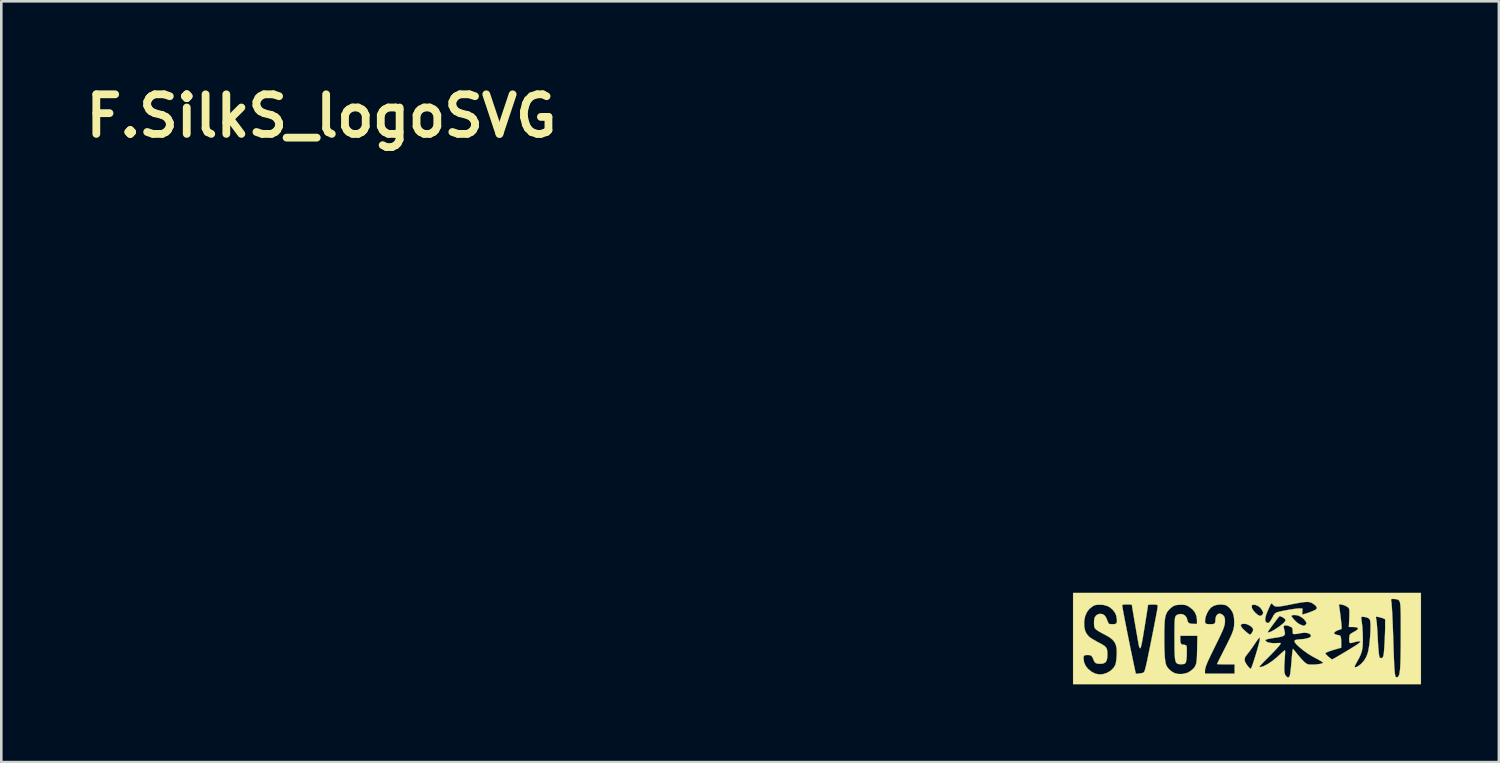
<source format=kicad_pcb>
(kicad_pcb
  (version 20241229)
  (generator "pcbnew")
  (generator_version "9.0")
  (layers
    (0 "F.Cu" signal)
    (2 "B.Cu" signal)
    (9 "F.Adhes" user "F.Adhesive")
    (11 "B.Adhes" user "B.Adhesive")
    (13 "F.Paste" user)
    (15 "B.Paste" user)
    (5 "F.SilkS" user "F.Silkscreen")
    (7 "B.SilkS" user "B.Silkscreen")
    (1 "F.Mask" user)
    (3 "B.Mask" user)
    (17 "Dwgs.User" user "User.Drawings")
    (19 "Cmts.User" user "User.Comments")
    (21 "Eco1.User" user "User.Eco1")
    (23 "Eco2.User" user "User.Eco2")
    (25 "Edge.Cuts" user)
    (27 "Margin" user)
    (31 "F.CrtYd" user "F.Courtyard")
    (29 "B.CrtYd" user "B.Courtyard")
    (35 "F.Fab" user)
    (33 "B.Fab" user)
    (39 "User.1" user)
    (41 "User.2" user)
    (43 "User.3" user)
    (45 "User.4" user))
  (footprint "F.SilkS_logoSVG"
    (layer "F.Cu")
    (at 9.333 1.418)
    (property "Reference" "F.SilkS_logoSVG" (at 0 0 0) (layer "F.SilkS") (effects (font (size 1.524 1.524) (thickness 0.3))))
    (attr through_hole)
    (fp_poly (pts (xy 42.355 21.886) (xy 28.956 21.886) (xy 28.956 20.89) (xy 29.358 20.89) (xy 29.378 21.042) (xy 29.438 21.18) (xy 29.526 21.292) (xy 29.662 21.407) (xy 29.805 21.481) (xy 29.953 21.513) (xy 30.107 21.503) (xy 30.258 21.454) (xy 30.399 21.373) (xy 30.506 21.27) (xy 30.555 21.198) (xy 30.581 21.148) (xy 30.599 21.09) (xy 30.613 21.015) (xy 30.625 20.911) (xy 30.63 20.864) (xy 30.64 20.671) (xy 30.633 20.512) (xy 30.605 20.38) (xy 30.554 20.27) (xy 30.475 20.175) (xy 30.367 20.088) (xy 30.226 20.005) (xy 30.194 19.989) (xy 30.05 19.913) (xy 29.941 19.851) (xy 29.863 19.799) (xy 29.812 19.755) (xy 29.785 19.716) (xy 29.785 19.716) (xy 29.769 19.652) (xy 29.762 19.563) (xy 29.763 19.466) (xy 29.774 19.376) (xy 29.79 19.315) (xy 29.842 19.242) (xy 29.917 19.195) (xy 30.004 19.178) (xy 30.092 19.192) (xy 30.159 19.231) (xy 30.216 19.302) (xy 30.265 19.41) (xy 30.268 19.419) (xy 30.295 19.49) (xy 30.323 19.543) (xy 30.345 19.567) (xy 30.384 19.574) (xy 30.448 19.578) (xy 30.492 19.579) (xy 30.571 19.572) (xy 30.62 19.548) (xy 30.643 19.5) (xy 30.645 19.421) (xy 30.641 19.373) (xy 30.617 19.246) (xy 30.573 19.142) (xy 30.501 19.044) (xy 30.481 19.022) (xy 30.376 18.929) (xy 30.257 18.868) (xy 30.183 18.85) (xy 30.847 18.85) (xy 30.849 18.875) (xy 30.859 18.938) (xy 30.876 19.033) (xy 30.899 19.157) (xy 30.927 19.306) (xy 30.96 19.475) (xy 30.997 19.661) (xy 31.036 19.859) (xy 31.077 20.065) (xy 31.119 20.274) (xy 31.161 20.483) (xy 31.203 20.687) (xy 31.244 20.883) (xy 31.282 21.065) (xy 31.317 21.23) (xy 31.342 21.344) (xy 31.374 21.49) (xy 31.513 21.477) (xy 31.617 21.46) (xy 31.679 21.434) (xy 31.688 21.426) (xy 31.706 21.391) (xy 31.729 21.319) (xy 31.757 21.215) (xy 31.787 21.084) (xy 31.8 21.026) (xy 31.834 20.865) (xy 31.87 20.686) (xy 31.909 20.495) (xy 31.95 20.296) (xy 31.99 20.094) (xy 31.993 20.078) (xy 32.469 20.078) (xy 32.471 20.339) (xy 32.475 20.56) (xy 32.483 20.745) (xy 32.494 20.897) (xy 32.509 21.017) (xy 32.528 21.11) (xy 32.546 21.166) (xy 32.596 21.249) (xy 32.673 21.333) (xy 32.767 21.408) (xy 32.864 21.461) (xy 32.886 21.47) (xy 33.017 21.497) (xy 33.16 21.497) (xy 33.299 21.472) (xy 33.39 21.436) (xy 33.463 21.391) (xy 34.036 21.391) (xy 34.036 21.484) (xy 35.179 21.484) (xy 35.179 21.124) (xy 34.84 21.124) (xy 34.726 21.124) (xy 34.628 21.122) (xy 34.554 21.119) (xy 34.51 21.115) (xy 34.502 21.112) (xy 34.511 21.091) (xy 34.537 21.037) (xy 34.578 20.954) (xy 34.586 20.937) (xy 35.564 20.937) (xy 35.576 21.008) (xy 35.578 21.017) (xy 35.601 21.067) (xy 35.64 21.128) (xy 35.686 21.192) (xy 35.733 21.247) (xy 35.773 21.284) (xy 35.792 21.294) (xy 35.814 21.277) (xy 35.825 21.257) (xy 35.841 21.213) (xy 36.132 21.213) (xy 36.149 21.229) (xy 36.197 21.226) (xy 36.268 21.205) (xy 36.311 21.188) (xy 36.468 21.106) (xy 36.638 20.99) (xy 36.816 20.844) (xy 36.904 20.764) (xy 36.98 20.693) (xy 37.045 20.636) (xy 37.093 20.597) (xy 37.118 20.581) (xy 37.12 20.582) (xy 37.122 20.606) (xy 37.122 20.665) (xy 37.119 20.752) (xy 37.113 20.861) (xy 37.106 20.964) (xy 37.096 21.135) (xy 37.091 21.269) (xy 37.093 21.372) (xy 37.102 21.45) (xy 37.117 21.509) (xy 37.141 21.553) (xy 37.163 21.579) (xy 37.205 21.618) (xy 37.233 21.63) (xy 37.261 21.62) (xy 37.271 21.614) (xy 37.287 21.597) (xy 37.302 21.565) (xy 37.315 21.514) (xy 37.327 21.44) (xy 37.34 21.337) (xy 37.352 21.212) (xy 39.803 21.212) (xy 39.803 21.228) (xy 39.832 21.239) (xy 39.884 21.223) (xy 39.952 21.184) (xy 40.029 21.125) (xy 40.048 21.109) (xy 40.165 20.983) (xy 40.251 20.837) (xy 40.302 20.704) (xy 40.327 20.605) (xy 40.35 20.482) (xy 40.37 20.34) (xy 40.387 20.187) (xy 40.4 20.03) (xy 40.41 19.875) (xy 40.414 19.731) (xy 40.414 19.603) (xy 40.408 19.499) (xy 40.397 19.427) (xy 40.388 19.404) (xy 40.348 19.356) (xy 40.304 19.328) (xy 40.261 19.316) (xy 40.623 19.316) (xy 40.63 19.368) (xy 40.638 19.411) (xy 40.647 19.466) (xy 40.656 19.555) (xy 40.665 19.67) (xy 40.675 19.8) (xy 40.683 19.94) (xy 40.684 19.958) (xy 40.696 20.198) (xy 40.708 20.398) (xy 40.72 20.559) (xy 40.732 20.685) (xy 40.744 20.775) (xy 40.756 20.834) (xy 40.768 20.861) (xy 40.812 20.889) (xy 40.861 20.876) (xy 40.879 20.861) (xy 40.9 20.823) (xy 40.917 20.761) (xy 40.923 20.729) (xy 40.932 20.646) (xy 40.941 20.531) (xy 40.95 20.391) (xy 40.958 20.237) (xy 40.966 20.078) (xy 40.972 19.923) (xy 40.977 19.78) (xy 40.978 19.661) (xy 40.978 19.649) (xy 40.979 19.39) (xy 40.92 19.36) (xy 40.872 19.341) (xy 40.806 19.321) (xy 40.735 19.304) (xy 40.673 19.292) (xy 40.632 19.289) (xy 40.624 19.292) (xy 40.623 19.316) (xy 40.261 19.316) (xy 40.239 19.309) (xy 40.169 19.297) (xy 40.107 19.292) (xy 40.067 19.296) (xy 40.059 19.302) (xy 40.058 19.329) (xy 40.062 19.389) (xy 40.072 19.471) (xy 40.082 19.54) (xy 40.097 19.665) (xy 40.108 19.819) (xy 40.116 19.987) (xy 40.118 20.108) (xy 40.117 20.28) (xy 40.11 20.421) (xy 40.096 20.541) (xy 40.07 20.65) (xy 40.032 20.758) (xy 39.977 20.875) (xy 39.903 21.012) (xy 39.848 21.108) (xy 39.818 21.167) (xy 39.803 21.212) (xy 37.352 21.212) (xy 37.353 21.203) (xy 37.368 21.032) (xy 37.373 20.97) (xy 37.385 20.825) (xy 37.397 20.704) (xy 37.408 20.611) (xy 37.418 20.551) (xy 37.426 20.528) (xy 37.428 20.528) (xy 37.448 20.551) (xy 37.488 20.6) (xy 37.545 20.669) (xy 37.611 20.751) (xy 37.631 20.775) (xy 37.707 20.866) (xy 37.782 20.95) (xy 37.85 21.019) (xy 37.901 21.065) (xy 37.906 21.069) (xy 37.953 21.1) (xy 37.994 21.12) (xy 38.041 21.13) (xy 38.108 21.134) (xy 38.192 21.134) (xy 38.291 21.131) (xy 38.388 21.121) (xy 38.475 21.107) (xy 38.542 21.09) (xy 38.581 21.073) (xy 38.587 21.063) (xy 38.569 21.044) (xy 38.52 21.01) (xy 38.448 20.966) (xy 38.36 20.917) (xy 38.269 20.87) (xy 38.155 20.807) (xy 38.034 20.733) (xy 37.986 20.7) (xy 38.672 20.7) (xy 38.687 20.727) (xy 38.727 20.77) (xy 38.781 20.821) (xy 38.84 20.871) (xy 38.894 20.911) (xy 38.932 20.932) (xy 38.94 20.934) (xy 38.961 20.924) (xy 39.012 20.896) (xy 39.083 20.856) (xy 39.155 20.814) (xy 39.383 20.679) (xy 39.575 20.564) (xy 39.732 20.468) (xy 39.854 20.391) (xy 39.943 20.331) (xy 39.999 20.287) (xy 40.025 20.261) (xy 40.026 20.256) (xy 40.008 20.239) (xy 39.956 20.237) (xy 39.879 20.248) (xy 39.783 20.273) (xy 39.769 20.277) (xy 39.681 20.3) (xy 39.629 20.304) (xy 39.614 20.297) (xy 39.6 20.261) (xy 39.593 20.198) (xy 39.593 20.122) (xy 39.6 20.048) (xy 39.613 19.991) (xy 39.623 19.972) (xy 39.658 19.943) (xy 39.716 19.906) (xy 39.772 19.875) (xy 39.868 19.821) (xy 39.921 19.774) (xy 39.934 19.736) (xy 39.905 19.708) (xy 39.836 19.691) (xy 39.726 19.685) (xy 39.58 19.685) (xy 39.595 19.351) (xy 39.6 19.209) (xy 39.6 19.104) (xy 39.597 19.031) (xy 39.589 18.984) (xy 39.583 18.968) (xy 39.544 18.927) (xy 39.478 18.885) (xy 39.397 18.848) (xy 39.318 18.824) (xy 39.267 18.817) (xy 39.195 18.817) (xy 39.209 18.907) (xy 39.229 19.046) (xy 39.249 19.197) (xy 39.267 19.348) (xy 39.283 19.485) (xy 39.294 19.595) (xy 39.294 19.603) (xy 39.301 19.685) (xy 39.301 19.734) (xy 39.293 19.76) (xy 39.275 19.772) (xy 39.252 19.779) (xy 39.198 19.796) (xy 39.13 19.824) (xy 39.103 19.836) (xy 39.036 19.877) (xy 39.01 19.916) (xy 39.025 19.95) (xy 39.08 19.978) (xy 39.09 19.98) (xy 39.147 19.995) (xy 39.189 20.002) (xy 39.194 20.002) (xy 39.233 20.013) (xy 39.26 20.047) (xy 39.277 20.111) (xy 39.284 20.209) (xy 39.285 20.276) (xy 39.285 20.484) (xy 39.079 20.542) (xy 38.957 20.578) (xy 38.848 20.614) (xy 38.761 20.648) (xy 38.7 20.676) (xy 38.672 20.696) (xy 38.672 20.7) (xy 37.986 20.7) (xy 37.913 20.65) (xy 37.798 20.564) (xy 37.693 20.478) (xy 37.604 20.398) (xy 37.536 20.327) (xy 37.496 20.27) (xy 37.486 20.24) (xy 37.491 20.213) (xy 37.51 20.193) (xy 37.549 20.179) (xy 37.615 20.169) (xy 37.716 20.16) (xy 37.748 20.158) (xy 37.871 20.145) (xy 37.976 20.123) (xy 38.057 20.095) (xy 38.107 20.064) (xy 38.121 20.035) (xy 38.102 19.979) (xy 38.048 19.938) (xy 37.966 19.914) (xy 37.859 19.907) (xy 37.734 19.921) (xy 37.702 19.927) (xy 37.575 19.951) (xy 37.486 19.959) (xy 37.435 19.951) (xy 37.42 19.934) (xy 37.418 19.897) (xy 37.416 19.838) (xy 37.415 19.812) (xy 37.41 19.754) (xy 37.395 19.718) (xy 37.357 19.69) (xy 37.318 19.669) (xy 37.238 19.638) (xy 37.163 19.623) (xy 37.105 19.627) (xy 37.072 19.649) (xy 37.071 19.651) (xy 37.07 19.687) (xy 37.08 19.748) (xy 37.095 19.808) (xy 37.114 19.888) (xy 37.117 19.95) (xy 37.099 19.996) (xy 37.056 20.03) (xy 36.984 20.057) (xy 36.878 20.079) (xy 36.746 20.1) (xy 36.59 20.123) (xy 36.476 20.145) (xy 36.402 20.166) (xy 36.367 20.185) (xy 36.364 20.192) (xy 36.384 20.234) (xy 36.439 20.268) (xy 36.523 20.293) (xy 36.628 20.307) (xy 36.748 20.309) (xy 36.798 20.306) (xy 36.874 20.302) (xy 36.93 20.302) (xy 36.956 20.307) (xy 36.957 20.309) (xy 36.941 20.345) (xy 36.896 20.408) (xy 36.821 20.495) (xy 36.719 20.606) (xy 36.591 20.739) (xy 36.472 20.859) (xy 36.374 20.956) (xy 36.287 21.044) (xy 36.216 21.119) (xy 36.164 21.174) (xy 36.135 21.207) (xy 36.132 21.213) (xy 35.841 21.213) (xy 35.857 21.171) (xy 35.895 21.062) (xy 35.936 20.935) (xy 35.98 20.797) (xy 36.022 20.657) (xy 36.062 20.52) (xy 36.097 20.393) (xy 36.125 20.285) (xy 36.144 20.202) (xy 36.153 20.151) (xy 36.153 20.146) (xy 36.15 20.104) (xy 36.138 20.097) (xy 36.118 20.111) (xy 36.093 20.139) (xy 36.051 20.195) (xy 35.997 20.271) (xy 35.938 20.36) (xy 35.929 20.373) (xy 35.861 20.473) (xy 35.79 20.572) (xy 35.726 20.659) (xy 35.678 20.719) (xy 35.612 20.803) (xy 35.575 20.873) (xy 35.564 20.937) (xy 34.586 20.937) (xy 34.631 20.849) (xy 34.693 20.725) (xy 34.763 20.587) (xy 34.784 20.546) (xy 34.882 20.352) (xy 34.962 20.19) (xy 35.026 20.056) (xy 35.075 19.943) (xy 35.111 19.849) (xy 35.136 19.766) (xy 35.152 19.69) (xy 35.161 19.617) (xy 35.162 19.603) (xy 35.417 19.603) (xy 35.421 19.649) (xy 35.455 19.707) (xy 35.49 19.748) (xy 35.544 19.801) (xy 35.607 19.859) (xy 35.67 19.912) (xy 35.725 19.955) (xy 35.763 19.979) (xy 35.771 19.981) (xy 35.796 19.966) (xy 35.831 19.929) (xy 35.834 19.925) (xy 35.854 19.892) (xy 36.461 19.892) (xy 36.491 19.895) (xy 36.547 19.877) (xy 36.603 19.852) (xy 36.702 19.797) (xy 36.808 19.729) (xy 36.913 19.655) (xy 37.007 19.582) (xy 37.081 19.517) (xy 37.121 19.471) (xy 37.137 19.427) (xy 37.134 19.4) (xy 37.108 19.369) (xy 37.059 19.331) (xy 37 19.297) (xy 36.945 19.273) (xy 36.909 19.268) (xy 36.908 19.268) (xy 36.889 19.287) (xy 36.851 19.334) (xy 36.798 19.401) (xy 36.737 19.483) (xy 36.671 19.572) (xy 36.606 19.661) (xy 36.546 19.744) (xy 36.498 19.813) (xy 36.466 19.863) (xy 36.462 19.87) (xy 36.461 19.892) (xy 35.854 19.892) (xy 35.882 19.846) (xy 35.892 19.776) (xy 35.862 19.712) (xy 35.792 19.651) (xy 35.732 19.615) (xy 35.65 19.577) (xy 35.578 19.562) (xy 35.523 19.562) (xy 35.451 19.575) (xy 35.417 19.603) (xy 35.162 19.603) (xy 35.164 19.541) (xy 35.164 19.505) (xy 35.159 19.386) (xy 36.355 19.386) (xy 36.364 19.462) (xy 36.399 19.508) (xy 36.415 19.516) (xy 36.459 19.532) (xy 36.487 19.528) (xy 36.519 19.499) (xy 36.531 19.487) (xy 36.564 19.442) (xy 36.606 19.375) (xy 36.646 19.302) (xy 36.672 19.256) (xy 37.365 19.256) (xy 37.374 19.283) (xy 37.408 19.33) (xy 37.458 19.389) (xy 37.516 19.45) (xy 37.575 19.506) (xy 37.621 19.542) (xy 37.676 19.575) (xy 37.744 19.607) (xy 37.81 19.632) (xy 37.851 19.642) (xy 37.876 19.629) (xy 37.91 19.6) (xy 37.941 19.565) (xy 37.948 19.536) (xy 37.933 19.497) (xy 37.91 19.458) (xy 37.848 19.383) (xy 37.76 19.313) (xy 37.663 19.259) (xy 37.608 19.239) (xy 37.532 19.226) (xy 37.458 19.224) (xy 37.399 19.233) (xy 37.367 19.252) (xy 37.365 19.256) (xy 36.672 19.256) (xy 36.694 19.217) (xy 36.74 19.162) (xy 36.788 19.13) (xy 36.84 19.112) (xy 36.925 19.09) (xy 37.034 19.066) (xy 37.158 19.042) (xy 37.289 19.018) (xy 37.416 18.998) (xy 37.53 18.982) (xy 37.624 18.972) (xy 37.688 18.969) (xy 37.692 18.969) (xy 37.793 18.976) (xy 37.781 19.204) (xy 37.84 19.192) (xy 37.903 19.175) (xy 37.987 19.148) (xy 38.081 19.114) (xy 38.172 19.078) (xy 38.249 19.045) (xy 38.302 19.018) (xy 38.315 19.01) (xy 38.346 18.965) (xy 38.338 18.914) (xy 38.289 18.855) (xy 38.242 18.818) (xy 38.188 18.78) (xy 38.136 18.751) (xy 38.081 18.731) (xy 38.018 18.721) (xy 37.942 18.72) (xy 37.847 18.727) (xy 37.729 18.744) (xy 37.581 18.77) (xy 37.399 18.805) (xy 37.333 18.819) (xy 37.16 18.852) (xy 37.023 18.877) (xy 36.917 18.893) (xy 36.837 18.899) (xy 36.778 18.897) (xy 36.733 18.887) (xy 36.699 18.868) (xy 36.67 18.841) (xy 36.668 18.838) (xy 36.629 18.798) (xy 36.601 18.776) (xy 36.597 18.775) (xy 36.581 18.793) (xy 36.553 18.842) (xy 36.519 18.914) (xy 36.48 18.999) (xy 36.443 19.088) (xy 36.409 19.174) (xy 36.383 19.247) (xy 36.374 19.279) (xy 36.355 19.386) (xy 35.159 19.386) (xy 35.156 19.341) (xy 35.132 19.207) (xy 35.088 19.096) (xy 35.022 18.998) (xy 34.994 18.965) (xy 34.918 18.893) (xy 34.893 18.877) (xy 35.839 18.877) (xy 35.844 18.95) (xy 35.882 19.028) (xy 35.956 19.117) (xy 35.996 19.156) (xy 36.08 19.225) (xy 36.148 19.257) (xy 36.202 19.252) (xy 36.247 19.211) (xy 36.258 19.193) (xy 36.276 19.155) (xy 36.277 19.122) (xy 36.259 19.077) (xy 36.24 19.041) (xy 36.17 18.944) (xy 36.08 18.873) (xy 35.98 18.834) (xy 35.935 18.83) (xy 35.877 18.831) (xy 35.85 18.844) (xy 35.839 18.875) (xy 35.839 18.877) (xy 34.893 18.877) (xy 34.851 18.851) (xy 34.809 18.837) (xy 34.658 18.818) (xy 34.512 18.829) (xy 34.382 18.866) (xy 34.276 18.93) (xy 34.267 18.938) (xy 34.189 19.029) (xy 34.12 19.146) (xy 34.069 19.274) (xy 34.042 19.395) (xy 34.038 19.478) (xy 34.049 19.532) (xy 34.081 19.562) (xy 34.143 19.576) (xy 34.239 19.579) (xy 34.332 19.576) (xy 34.391 19.561) (xy 34.423 19.528) (xy 34.436 19.47) (xy 34.438 19.41) (xy 34.452 19.306) (xy 34.489 19.23) (xy 34.544 19.183) (xy 34.61 19.17) (xy 34.681 19.191) (xy 34.751 19.251) (xy 34.764 19.269) (xy 34.79 19.314) (xy 34.803 19.369) (xy 34.806 19.449) (xy 34.806 19.47) (xy 34.804 19.522) (xy 34.797 19.574) (xy 34.785 19.63) (xy 34.765 19.695) (xy 34.737 19.772) (xy 34.697 19.866) (xy 34.645 19.98) (xy 34.579 20.12) (xy 34.496 20.288) (xy 34.397 20.49) (xy 34.392 20.5) (xy 34.298 20.692) (xy 34.221 20.851) (xy 34.16 20.981) (xy 34.114 21.087) (xy 34.081 21.173) (xy 34.058 21.243) (xy 34.044 21.302) (xy 34.037 21.355) (xy 34.036 21.391) (xy 33.463 21.391) (xy 33.469 21.388) (xy 33.546 21.328) (xy 33.575 21.301) (xy 33.618 21.253) (xy 33.653 21.205) (xy 33.679 21.152) (xy 33.699 21.088) (xy 33.713 21.008) (xy 33.722 20.905) (xy 33.729 20.773) (xy 33.733 20.607) (xy 33.735 20.526) (xy 33.744 20.024) (xy 33.084 20.024) (xy 33.084 20.152) (xy 33.089 20.255) (xy 33.108 20.321) (xy 33.142 20.355) (xy 33.178 20.362) (xy 33.238 20.37) (xy 33.283 20.383) (xy 33.306 20.393) (xy 33.322 20.407) (xy 33.331 20.434) (xy 33.335 20.48) (xy 33.337 20.554) (xy 33.337 20.653) (xy 33.333 20.823) (xy 33.321 20.952) (xy 33.302 21.04) (xy 33.276 21.088) (xy 33.234 21.108) (xy 33.167 21.119) (xy 33.089 21.121) (xy 33.018 21.113) (xy 32.97 21.096) (xy 32.943 21.075) (xy 32.921 21.046) (xy 32.904 21.005) (xy 32.89 20.948) (xy 32.879 20.872) (xy 32.872 20.773) (xy 32.866 20.646) (xy 32.863 20.489) (xy 32.862 20.296) (xy 32.861 20.098) (xy 32.862 19.887) (xy 32.863 19.715) (xy 32.865 19.577) (xy 32.869 19.469) (xy 32.876 19.387) (xy 32.885 19.326) (xy 32.899 19.283) (xy 32.917 19.253) (xy 32.94 19.232) (xy 32.968 19.216) (xy 32.992 19.206) (xy 33.092 19.184) (xy 33.186 19.198) (xy 33.267 19.244) (xy 33.326 19.317) (xy 33.351 19.394) (xy 33.371 19.473) (xy 33.404 19.524) (xy 33.459 19.552) (xy 33.544 19.564) (xy 33.581 19.565) (xy 33.729 19.569) (xy 33.729 19.42) (xy 33.709 19.264) (xy 33.651 19.125) (xy 33.555 19.005) (xy 33.422 18.905) (xy 33.398 18.891) (xy 33.336 18.859) (xy 33.281 18.84) (xy 33.218 18.831) (xy 33.132 18.828) (xy 33.105 18.828) (xy 32.977 18.834) (xy 32.878 18.855) (xy 32.792 18.897) (xy 32.707 18.965) (xy 32.683 18.988) (xy 32.629 19.044) (xy 32.585 19.102) (xy 32.55 19.166) (xy 32.522 19.242) (xy 32.502 19.333) (xy 32.487 19.446) (xy 32.478 19.583) (xy 32.472 19.751) (xy 32.47 19.954) (xy 32.469 20.078) (xy 31.993 20.078) (xy 32.03 19.894) (xy 32.068 19.7) (xy 32.103 19.519) (xy 32.135 19.353) (xy 32.163 19.21) (xy 32.184 19.092) (xy 32.2 19.006) (xy 32.208 18.957) (xy 32.208 18.954) (xy 32.214 18.888) (xy 32.211 18.853) (xy 32.195 18.836) (xy 32.17 18.828) (xy 32.122 18.822) (xy 32.049 18.82) (xy 31.983 18.821) (xy 31.846 18.828) (xy 31.758 19.389) (xy 31.716 19.653) (xy 31.679 19.877) (xy 31.648 20.063) (xy 31.621 20.214) (xy 31.598 20.331) (xy 31.579 20.416) (xy 31.563 20.472) (xy 31.55 20.5) (xy 31.545 20.505) (xy 31.524 20.492) (xy 31.502 20.448) (xy 31.497 20.432) (xy 31.49 20.399) (xy 31.477 20.33) (xy 31.459 20.232) (xy 31.438 20.11) (xy 31.413 19.97) (xy 31.386 19.818) (xy 31.359 19.659) (xy 31.331 19.499) (xy 31.304 19.343) (xy 31.28 19.199) (xy 31.258 19.07) (xy 31.241 18.963) (xy 31.228 18.884) (xy 31.222 18.839) (xy 31.221 18.83) (xy 31.201 18.824) (xy 31.149 18.82) (xy 31.074 18.817) (xy 31.04 18.817) (xy 30.948 18.819) (xy 30.891 18.824) (xy 30.859 18.835) (xy 30.847 18.85) (xy 30.183 18.85) (xy 30.118 18.835) (xy 29.993 18.828) (xy 29.899 18.83) (xy 29.833 18.837) (xy 29.781 18.852) (xy 29.727 18.878) (xy 29.715 18.886) (xy 29.586 18.985) (xy 29.488 19.113) (xy 29.42 19.267) (xy 29.386 19.445) (xy 29.383 19.481) (xy 29.385 19.664) (xy 29.416 19.818) (xy 29.476 19.947) (xy 29.567 20.054) (xy 29.638 20.11) (xy 29.702 20.15) (xy 29.79 20.201) (xy 29.89 20.257) (xy 29.968 20.299) (xy 30.085 20.362) (xy 30.168 20.417) (xy 30.223 20.471) (xy 30.256 20.532) (xy 30.272 20.609) (xy 30.277 20.709) (xy 30.277 20.742) (xy 30.271 20.877) (xy 30.249 20.975) (xy 30.207 21.042) (xy 30.143 21.083) (xy 30.052 21.101) (xy 29.993 21.103) (xy 29.897 21.098) (xy 29.832 21.079) (xy 29.787 21.037) (xy 29.751 20.968) (xy 29.74 20.94) (xy 29.703 20.854) (xy 29.665 20.801) (xy 29.616 20.774) (xy 29.547 20.765) (xy 29.525 20.765) (xy 29.442 20.767) (xy 29.392 20.78) (xy 29.367 20.809) (xy 29.359 20.86) (xy 29.358 20.89) (xy 28.956 20.89) (xy 28.956 18.644) (xy 41.203 18.644) (xy 41.212 18.692) (xy 41.212 18.692) (xy 41.22 18.738) (xy 41.228 18.825) (xy 41.237 18.948) (xy 41.247 19.106) (xy 41.256 19.296) (xy 41.266 19.515) (xy 41.276 19.761) (xy 41.286 20.031) (xy 41.295 20.323) (xy 41.297 20.388) (xy 41.306 20.66) (xy 41.315 20.892) (xy 41.323 21.086) (xy 41.332 21.246) (xy 41.341 21.373) (xy 41.351 21.469) (xy 41.361 21.539) (xy 41.372 21.583) (xy 41.382 21.602) (xy 41.423 21.627) (xy 41.466 21.613) (xy 41.503 21.564) (xy 41.519 21.523) (xy 41.532 21.467) (xy 41.543 21.394) (xy 41.553 21.299) (xy 41.561 21.182) (xy 41.567 21.038) (xy 41.572 20.864) (xy 41.575 20.658) (xy 41.578 20.418) (xy 41.579 20.139) (xy 41.58 19.981) (xy 41.58 19.717) (xy 41.58 19.491) (xy 41.579 19.301) (xy 41.577 19.144) (xy 41.574 19.015) (xy 41.569 18.912) (xy 41.563 18.832) (xy 41.554 18.771) (xy 41.544 18.725) (xy 41.531 18.692) (xy 41.515 18.667) (xy 41.496 18.649) (xy 41.481 18.638) (xy 41.439 18.622) (xy 41.375 18.61) (xy 41.305 18.605) (xy 41.244 18.606) (xy 41.208 18.616) (xy 41.206 18.618) (xy 41.203 18.644) (xy 28.956 18.644) (xy 28.956 18.373) (xy 42.355 18.373) (xy 42.355 21.886)) (stroke (width 0.01) (type solid)) (fill yes) (layer "F.SilkS")))
  (gr_rect
    (start -3 -3)
    (end 54.692 26.309)
    (stroke (width 0.1) (type default))
    (fill no)
    (layer "Edge.Cuts")))
</source>
